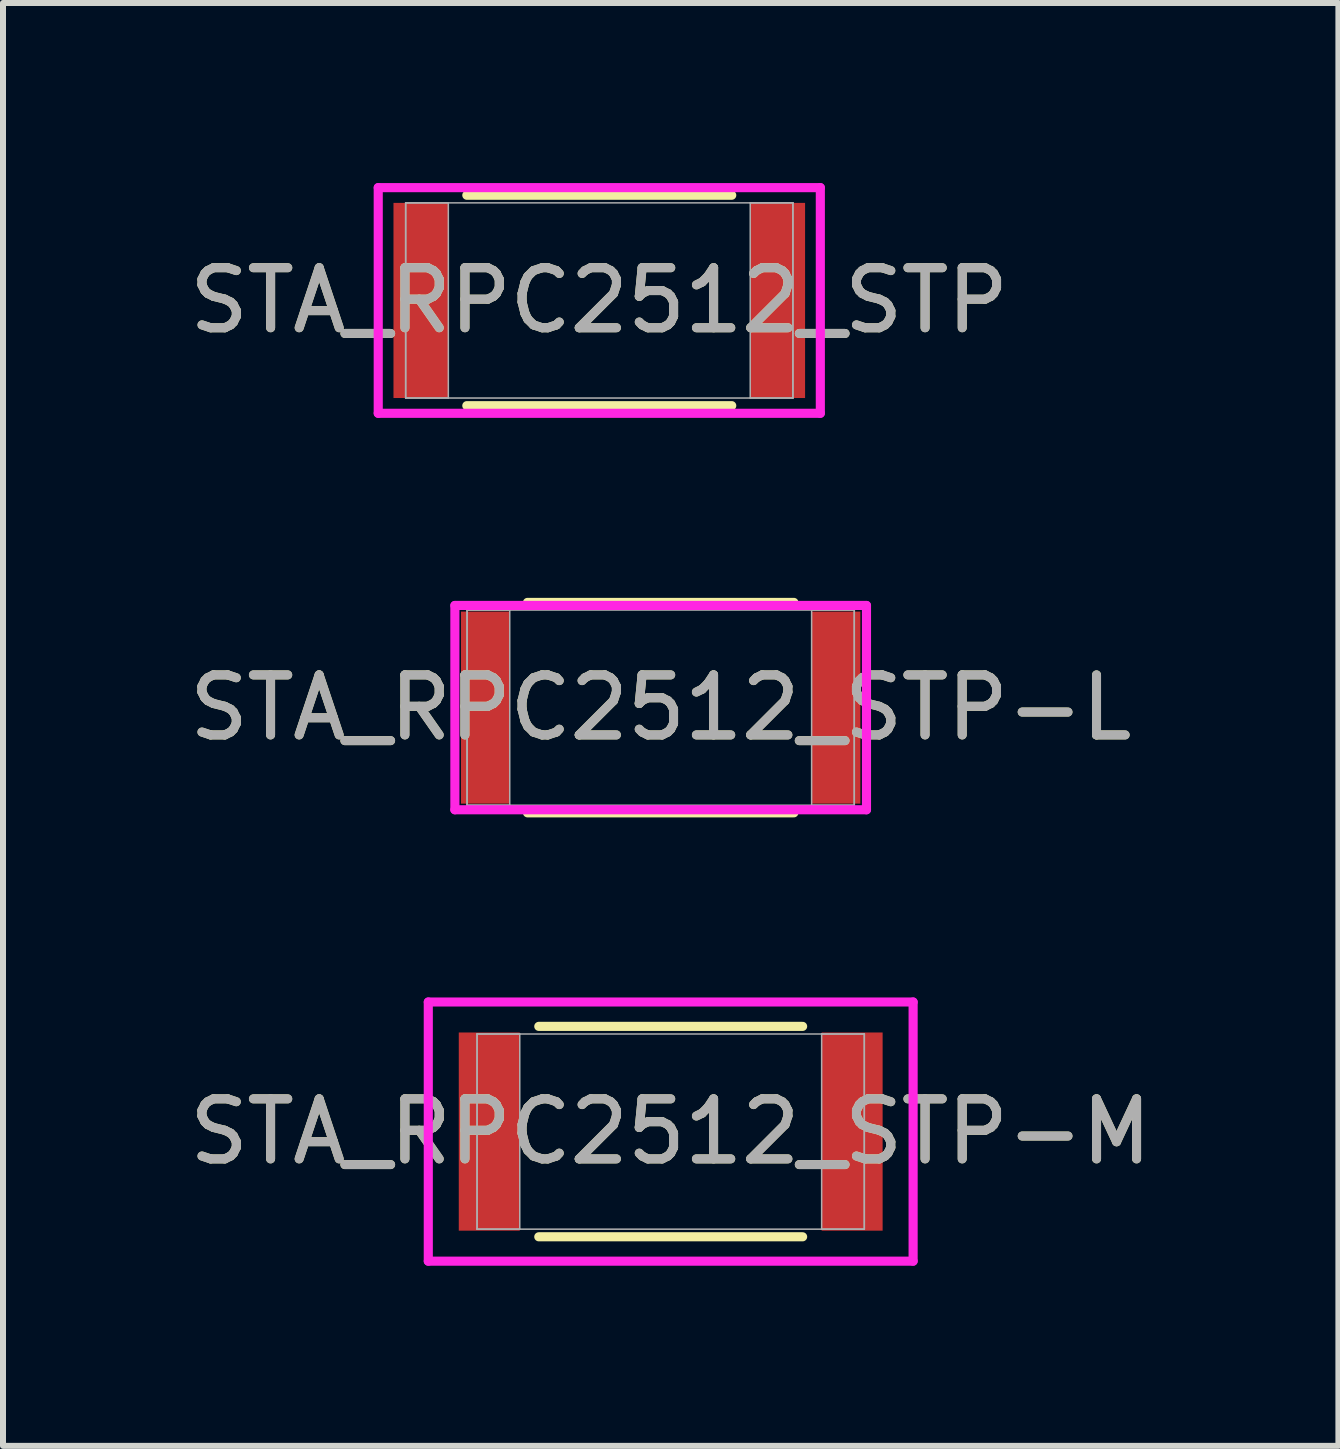
<source format=kicad_pcb>
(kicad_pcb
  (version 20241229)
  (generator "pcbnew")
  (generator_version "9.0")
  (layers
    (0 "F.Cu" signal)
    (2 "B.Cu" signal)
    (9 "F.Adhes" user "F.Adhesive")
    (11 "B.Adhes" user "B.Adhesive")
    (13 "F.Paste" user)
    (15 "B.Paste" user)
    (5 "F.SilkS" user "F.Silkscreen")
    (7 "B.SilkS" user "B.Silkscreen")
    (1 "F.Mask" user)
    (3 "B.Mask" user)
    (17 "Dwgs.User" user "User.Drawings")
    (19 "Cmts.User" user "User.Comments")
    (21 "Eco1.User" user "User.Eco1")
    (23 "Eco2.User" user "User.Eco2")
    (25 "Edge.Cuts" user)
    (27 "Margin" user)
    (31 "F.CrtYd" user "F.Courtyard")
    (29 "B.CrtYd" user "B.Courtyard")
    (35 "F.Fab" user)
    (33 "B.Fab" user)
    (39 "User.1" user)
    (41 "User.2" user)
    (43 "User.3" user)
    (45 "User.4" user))
  (footprint "STA_RPC2512_STP-L"
    (layer "F.Cu")
    (at 7.958 8.74)
    (property "Reference" "STA_RPC2512_STP-L" (at 0 0 0) (unlocked yes) (layer "F.SilkS") (effects (font (size 1 1) (thickness 0.15))))
    (attr smd)
    (fp_line (start -2.219 1.753) (end 2.219 1.753) (stroke (width 0.152) (type solid)) (layer "F.SilkS"))
    (fp_line (start 2.219 -1.753) (end -2.219 -1.753) (stroke (width 0.152) (type solid)) (layer "F.SilkS"))
    (fp_line (start -3.429 -1.702) (end 3.429 -1.702) (stroke (width 0.152) (type solid)) (layer "F.CrtYd"))
    (fp_line (start -3.429 1.702) (end -3.429 -1.702) (stroke (width 0.152) (type solid)) (layer "F.CrtYd"))
    (fp_line (start 3.429 -1.702) (end 3.429 1.702) (stroke (width 0.152) (type solid)) (layer "F.CrtYd"))
    (fp_line (start 3.429 1.702) (end -3.429 1.702) (stroke (width 0.152) (type solid)) (layer "F.CrtYd"))
    (fp_line (start -3.226 -1.626) (end -3.226 1.626) (stroke (width 0.025) (type solid)) (layer "F.Fab"))
    (fp_line (start -3.226 -1.626) (end -3.226 1.626) (stroke (width 0.025) (type solid)) (layer "F.Fab"))
    (fp_line (start -3.226 1.626) (end -2.515 1.626) (stroke (width 0.025) (type solid)) (layer "F.Fab"))
    (fp_line (start -3.226 1.626) (end 3.226 1.626) (stroke (width 0.025) (type solid)) (layer "F.Fab"))
    (fp_line (start -2.515 -1.626) (end -3.226 -1.626) (stroke (width 0.025) (type solid)) (layer "F.Fab"))
    (fp_line (start -2.515 1.626) (end -2.515 -1.626) (stroke (width 0.025) (type solid)) (layer "F.Fab"))
    (fp_line (start 2.515 -1.626) (end 2.515 1.626) (stroke (width 0.025) (type solid)) (layer "F.Fab"))
    (fp_line (start 2.515 1.626) (end 3.226 1.626) (stroke (width 0.025) (type solid)) (layer "F.Fab"))
    (fp_line (start 3.226 -1.626) (end -3.226 -1.626) (stroke (width 0.025) (type solid)) (layer "F.Fab"))
    (fp_line (start 3.226 -1.626) (end 2.515 -1.626) (stroke (width 0.025) (type solid)) (layer "F.Fab"))
    (fp_line (start 3.226 1.626) (end 3.226 -1.626) (stroke (width 0.025) (type solid)) (layer "F.Fab"))
    (fp_line (start 3.226 1.626) (end 3.226 -1.626) (stroke (width 0.025) (type solid)) (layer "F.Fab"))
    (fp_text user "${REFERENCE}" (at 0 0 0) (unlocked yes) (layer "F.Fab") (effects (font (size 1 1) (thickness 0.15))))
    (pad "1" smd rect (at -2.921 0) (size 0.813 3.2) (layers "F.Cu" "F.Mask" "F.Paste"))
    (pad "2" smd rect (at 2.921 0) (size 0.813 3.2) (layers "F.Cu" "F.Mask" "F.Paste"))
    (zone (net_name "") (layer "F.Cu") (hatch full 0.508) (connect_pads) (min_thickness 0.254) (filled_areas_thickness no) (keepout (tracks not_allowed) (vias not_allowed) (pads allowed) (copperpour not_allowed) (footprints allowed)) (placement (enabled no)) (fill) (polygon (pts (xy 5.495 7.166) (xy 10.422 7.166) (xy 10.422 10.315) (xy 5.495 10.315)))))
  (footprint "STA_RPC2512_STP-M"
    (layer "F.Cu")
    (at 8.125 15.804)
    (property "Reference" "STA_RPC2512_STP-M" (at 0 0 0) (unlocked yes) (layer "F.SilkS") (effects (font (size 1 1) (thickness 0.15))))
    (attr smd)
    (fp_line (start -2.198 1.753) (end 2.198 1.753) (stroke (width 0.152) (type solid)) (layer "F.SilkS"))
    (fp_line (start 2.198 -1.753) (end -2.198 -1.753) (stroke (width 0.152) (type solid)) (layer "F.SilkS"))
    (fp_line (start -4.039 -2.159) (end 4.039 -2.159) (stroke (width 0.152) (type solid)) (layer "F.CrtYd"))
    (fp_line (start -4.039 2.159) (end -4.039 -2.159) (stroke (width 0.152) (type solid)) (layer "F.CrtYd"))
    (fp_line (start 4.039 -2.159) (end 4.039 2.159) (stroke (width 0.152) (type solid)) (layer "F.CrtYd"))
    (fp_line (start 4.039 2.159) (end -4.039 2.159) (stroke (width 0.152) (type solid)) (layer "F.CrtYd"))
    (fp_line (start -3.226 -1.626) (end -3.226 1.626) (stroke (width 0.025) (type solid)) (layer "F.Fab"))
    (fp_line (start -3.226 -1.626) (end -3.226 1.626) (stroke (width 0.025) (type solid)) (layer "F.Fab"))
    (fp_line (start -3.226 1.626) (end -2.515 1.626) (stroke (width 0.025) (type solid)) (layer "F.Fab"))
    (fp_line (start -3.226 1.626) (end 3.226 1.626) (stroke (width 0.025) (type solid)) (layer "F.Fab"))
    (fp_line (start -2.515 -1.626) (end -3.226 -1.626) (stroke (width 0.025) (type solid)) (layer "F.Fab"))
    (fp_line (start -2.515 1.626) (end -2.515 -1.626) (stroke (width 0.025) (type solid)) (layer "F.Fab"))
    (fp_line (start 2.515 -1.626) (end 2.515 1.626) (stroke (width 0.025) (type solid)) (layer "F.Fab"))
    (fp_line (start 2.515 1.626) (end 3.226 1.626) (stroke (width 0.025) (type solid)) (layer "F.Fab"))
    (fp_line (start 3.226 -1.626) (end -3.226 -1.626) (stroke (width 0.025) (type solid)) (layer "F.Fab"))
    (fp_line (start 3.226 -1.626) (end 2.515 -1.626) (stroke (width 0.025) (type solid)) (layer "F.Fab"))
    (fp_line (start 3.226 1.626) (end 3.226 -1.626) (stroke (width 0.025) (type solid)) (layer "F.Fab"))
    (fp_line (start 3.226 1.626) (end 3.226 -1.626) (stroke (width 0.025) (type solid)) (layer "F.Fab"))
    (fp_text user "${REFERENCE}" (at 0 0 0) (unlocked yes) (layer "F.Fab") (effects (font (size 1 1) (thickness 0.15))))
    (pad "1" smd rect (at -3.023 0) (size 1.016 3.302) (layers "F.Cu" "F.Mask" "F.Paste"))
    (pad "2" smd rect (at 3.023 0) (size 1.016 3.302) (layers "F.Cu" "F.Mask" "F.Paste"))
    (zone (net_name "") (layer "F.Cu") (hatch full 0.508) (connect_pads) (min_thickness 0.254) (filled_areas_thickness no) (keepout (tracks not_allowed) (vias not_allowed) (pads allowed) (copperpour not_allowed) (footprints allowed)) (placement (enabled no)) (fill) (polygon (pts (xy 5.661 14.23) (xy 10.589 14.23) (xy 10.589 17.379) (xy 5.661 17.379)))))
  (footprint "STA_RPC2512_STP"
    (layer "F.Cu")
    (at 6.935 1.956)
    (property "Reference" "STA_RPC2512_STP" (at 0 0 0) (unlocked yes) (layer "F.SilkS") (effects (font (size 1 1) (thickness 0.15))))
    (attr smd)
    (fp_line (start -2.207 1.753) (end 2.207 1.753) (stroke (width 0.152) (type solid)) (layer "F.SilkS"))
    (fp_line (start 2.207 -1.753) (end -2.207 -1.753) (stroke (width 0.152) (type solid)) (layer "F.SilkS"))
    (fp_line (start -3.683 -1.88) (end 3.683 -1.88) (stroke (width 0.152) (type solid)) (layer "F.CrtYd"))
    (fp_line (start -3.683 1.88) (end -3.683 -1.88) (stroke (width 0.152) (type solid)) (layer "F.CrtYd"))
    (fp_line (start 3.683 -1.88) (end 3.683 1.88) (stroke (width 0.152) (type solid)) (layer "F.CrtYd"))
    (fp_line (start 3.683 1.88) (end -3.683 1.88) (stroke (width 0.152) (type solid)) (layer "F.CrtYd"))
    (fp_line (start -3.226 -1.626) (end -3.226 1.626) (stroke (width 0.025) (type solid)) (layer "F.Fab"))
    (fp_line (start -3.226 -1.626) (end -3.226 1.626) (stroke (width 0.025) (type solid)) (layer "F.Fab"))
    (fp_line (start -3.226 1.626) (end -2.515 1.626) (stroke (width 0.025) (type solid)) (layer "F.Fab"))
    (fp_line (start -3.226 1.626) (end 3.226 1.626) (stroke (width 0.025) (type solid)) (layer "F.Fab"))
    (fp_line (start -2.515 -1.626) (end -3.226 -1.626) (stroke (width 0.025) (type solid)) (layer "F.Fab"))
    (fp_line (start -2.515 1.626) (end -2.515 -1.626) (stroke (width 0.025) (type solid)) (layer "F.Fab"))
    (fp_line (start 2.515 -1.626) (end 2.515 1.626) (stroke (width 0.025) (type solid)) (layer "F.Fab"))
    (fp_line (start 2.515 1.626) (end 3.226 1.626) (stroke (width 0.025) (type solid)) (layer "F.Fab"))
    (fp_line (start 3.226 -1.626) (end -3.226 -1.626) (stroke (width 0.025) (type solid)) (layer "F.Fab"))
    (fp_line (start 3.226 -1.626) (end 2.515 -1.626) (stroke (width 0.025) (type solid)) (layer "F.Fab"))
    (fp_line (start 3.226 1.626) (end 3.226 -1.626) (stroke (width 0.025) (type solid)) (layer "F.Fab"))
    (fp_line (start 3.226 1.626) (end 3.226 -1.626) (stroke (width 0.025) (type solid)) (layer "F.Fab"))
    (fp_text user "${REFERENCE}" (at 0 0 0) (unlocked yes) (layer "F.Fab") (effects (font (size 1 1) (thickness 0.15))))
    (pad "1" smd rect (at -2.972 0) (size 0.914 3.251) (layers "F.Cu" "F.Mask" "F.Paste"))
    (pad "2" smd rect (at 2.972 0) (size 0.914 3.251) (layers "F.Cu" "F.Mask" "F.Paste"))
    (zone (net_name "") (layer "F.Cu") (hatch full 0.508) (connect_pads) (min_thickness 0.254) (filled_areas_thickness no) (keepout (tracks not_allowed) (vias not_allowed) (pads allowed) (copperpour not_allowed) (footprints allowed)) (placement (enabled no)) (fill) (polygon (pts (xy 4.471 0.381) (xy 9.398 0.381) (xy 9.398 3.531) (xy 4.471 3.531)))))
  (gr_rect
    (start -3 -3)
    (end 19.25 21.04)
    (stroke (width 0.1) (type default))
    (fill no)
    (layer "Edge.Cuts")))
</source>
